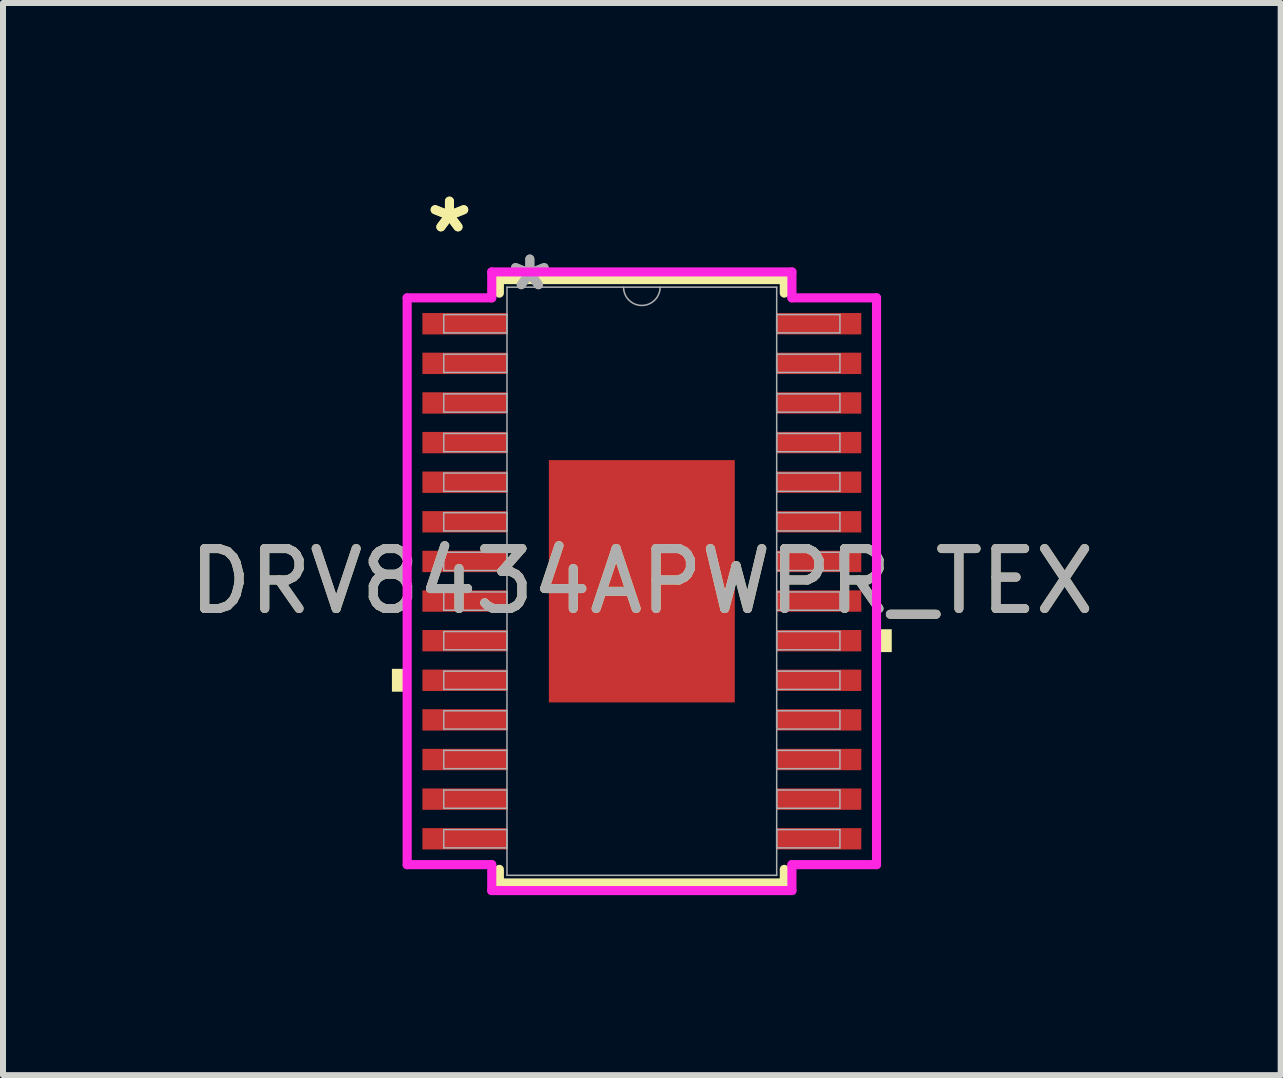
<source format=kicad_pcb>
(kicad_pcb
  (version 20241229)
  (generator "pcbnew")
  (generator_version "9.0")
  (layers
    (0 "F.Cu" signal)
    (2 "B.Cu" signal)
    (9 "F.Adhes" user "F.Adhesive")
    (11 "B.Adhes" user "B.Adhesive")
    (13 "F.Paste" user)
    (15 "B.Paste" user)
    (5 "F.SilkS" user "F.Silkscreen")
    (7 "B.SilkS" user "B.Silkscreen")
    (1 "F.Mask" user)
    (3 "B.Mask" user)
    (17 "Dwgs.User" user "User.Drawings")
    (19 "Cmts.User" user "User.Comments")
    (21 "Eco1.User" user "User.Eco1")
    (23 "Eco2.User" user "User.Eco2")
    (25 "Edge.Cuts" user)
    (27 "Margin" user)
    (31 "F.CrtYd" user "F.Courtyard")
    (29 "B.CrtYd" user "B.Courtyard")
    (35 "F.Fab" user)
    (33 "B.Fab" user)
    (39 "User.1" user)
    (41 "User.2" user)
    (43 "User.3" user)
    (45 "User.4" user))
  (footprint "DRV8434APWPR_TEX"
    (layer "F.Cu")
    (at 7.649 6.639)
    (property "Reference" "DRV8434APWPR_TEX" (at 0 0 0) (unlocked yes) (layer "F.SilkS") (effects (font (size 1 1) (thickness 0.15))))
    (attr smd)
    (fp_line (start -2.375 -5.029) (end -2.375 -4.803) (stroke (width 0.152) (type solid)) (layer "F.SilkS"))
    (fp_line (start -2.375 4.803) (end -2.375 5.029) (stroke (width 0.152) (type solid)) (layer "F.SilkS"))
    (fp_line (start -2.375 5.029) (end 2.375 5.029) (stroke (width 0.152) (type solid)) (layer "F.SilkS"))
    (fp_line (start 2.375 -5.029) (end -2.375 -5.029) (stroke (width 0.152) (type solid)) (layer "F.SilkS"))
    (fp_line (start 2.375 -4.803) (end 2.375 -5.029) (stroke (width 0.152) (type solid)) (layer "F.SilkS"))
    (fp_line (start 2.375 5.029) (end 2.375 4.803) (stroke (width 0.152) (type solid)) (layer "F.SilkS"))
    (fp_poly (pts (xy -4.166 1.46) (xy -4.166 1.841) (xy -3.912 1.841) (xy -3.912 1.46)) (stroke (width 0) (type solid)) (fill yes) (layer "F.SilkS"))
    (fp_poly (pts (xy 4.166 0.8) (xy 4.166 1.181) (xy 3.912 1.181) (xy 3.912 0.8)) (stroke (width 0) (type solid)) (fill yes) (layer "F.SilkS"))
    (fp_poly (pts (xy -1.449 -1.919) (xy -1.449 -0.773) (xy -0.1 -0.773) (xy -0.1 -1.919)) (stroke (width 0) (type solid)) (fill yes) (layer "F.Paste"))
    (fp_poly (pts (xy -1.449 -0.573) (xy -1.449 0.573) (xy -0.1 0.573) (xy -0.1 -0.573)) (stroke (width 0) (type solid)) (fill yes) (layer "F.Paste"))
    (fp_poly (pts (xy -1.449 0.773) (xy -1.449 1.919) (xy -0.1 1.919) (xy -0.1 0.773)) (stroke (width 0) (type solid)) (fill yes) (layer "F.Paste"))
    (fp_poly (pts (xy 0.1 -1.919) (xy 0.1 -0.773) (xy 1.449 -0.773) (xy 1.449 -1.919)) (stroke (width 0) (type solid)) (fill yes) (layer "F.Paste"))
    (fp_poly (pts (xy 0.1 -0.573) (xy 0.1 0.573) (xy 1.449 0.573) (xy 1.449 -0.573)) (stroke (width 0) (type solid)) (fill yes) (layer "F.Paste"))
    (fp_poly (pts (xy 0.1 0.773) (xy 0.1 1.919) (xy 1.449 1.919) (xy 1.449 0.773)) (stroke (width 0) (type solid)) (fill yes) (layer "F.Paste"))
    (fp_line (start -3.912 -4.724) (end -2.502 -4.724) (stroke (width 0.152) (type solid)) (layer "F.CrtYd"))
    (fp_line (start -3.912 4.724) (end -3.912 -4.724) (stroke (width 0.152) (type solid)) (layer "F.CrtYd"))
    (fp_line (start -3.912 4.724) (end -2.502 4.724) (stroke (width 0.152) (type solid)) (layer "F.CrtYd"))
    (fp_line (start -2.502 -5.156) (end 2.502 -5.156) (stroke (width 0.152) (type solid)) (layer "F.CrtYd"))
    (fp_line (start -2.502 -4.724) (end -2.502 -5.156) (stroke (width 0.152) (type solid)) (layer "F.CrtYd"))
    (fp_line (start -2.502 5.156) (end -2.502 4.724) (stroke (width 0.152) (type solid)) (layer "F.CrtYd"))
    (fp_line (start 2.502 -5.156) (end 2.502 -4.724) (stroke (width 0.152) (type solid)) (layer "F.CrtYd"))
    (fp_line (start 2.502 4.724) (end 2.502 5.156) (stroke (width 0.152) (type solid)) (layer "F.CrtYd"))
    (fp_line (start 2.502 5.156) (end -2.502 5.156) (stroke (width 0.152) (type solid)) (layer "F.CrtYd"))
    (fp_line (start 3.912 -4.724) (end 2.502 -4.724) (stroke (width 0.152) (type solid)) (layer "F.CrtYd"))
    (fp_line (start 3.912 -4.724) (end 3.912 4.724) (stroke (width 0.152) (type solid)) (layer "F.CrtYd"))
    (fp_line (start 3.912 4.724) (end 2.502 4.724) (stroke (width 0.152) (type solid)) (layer "F.CrtYd"))
    (fp_line (start -3.302 -4.445) (end -3.302 -4.14) (stroke (width 0.025) (type solid)) (layer "F.Fab"))
    (fp_line (start -3.302 -4.14) (end -2.248 -4.14) (stroke (width 0.025) (type solid)) (layer "F.Fab"))
    (fp_line (start -3.302 -3.785) (end -3.302 -3.48) (stroke (width 0.025) (type solid)) (layer "F.Fab"))
    (fp_line (start -3.302 -3.48) (end -2.248 -3.48) (stroke (width 0.025) (type solid)) (layer "F.Fab"))
    (fp_line (start -3.302 -3.124) (end -3.302 -2.819) (stroke (width 0.025) (type solid)) (layer "F.Fab"))
    (fp_line (start -3.302 -2.819) (end -2.248 -2.819) (stroke (width 0.025) (type solid)) (layer "F.Fab"))
    (fp_line (start -3.302 -2.464) (end -3.302 -2.159) (stroke (width 0.025) (type solid)) (layer "F.Fab"))
    (fp_line (start -3.302 -2.159) (end -2.248 -2.159) (stroke (width 0.025) (type solid)) (layer "F.Fab"))
    (fp_line (start -3.302 -1.803) (end -3.302 -1.499) (stroke (width 0.025) (type solid)) (layer "F.Fab"))
    (fp_line (start -3.302 -1.499) (end -2.248 -1.499) (stroke (width 0.025) (type solid)) (layer "F.Fab"))
    (fp_line (start -3.302 -1.143) (end -3.302 -0.838) (stroke (width 0.025) (type solid)) (layer "F.Fab"))
    (fp_line (start -3.302 -0.838) (end -2.248 -0.838) (stroke (width 0.025) (type solid)) (layer "F.Fab"))
    (fp_line (start -3.302 -0.483) (end -3.302 -0.178) (stroke (width 0.025) (type solid)) (layer "F.Fab"))
    (fp_line (start -3.302 -0.178) (end -2.248 -0.178) (stroke (width 0.025) (type solid)) (layer "F.Fab"))
    (fp_line (start -3.302 0.178) (end -3.302 0.483) (stroke (width 0.025) (type solid)) (layer "F.Fab"))
    (fp_line (start -3.302 0.483) (end -2.248 0.483) (stroke (width 0.025) (type solid)) (layer "F.Fab"))
    (fp_line (start -3.302 0.838) (end -3.302 1.143) (stroke (width 0.025) (type solid)) (layer "F.Fab"))
    (fp_line (start -3.302 1.143) (end -2.248 1.143) (stroke (width 0.025) (type solid)) (layer "F.Fab"))
    (fp_line (start -3.302 1.499) (end -3.302 1.803) (stroke (width 0.025) (type solid)) (layer "F.Fab"))
    (fp_line (start -3.302 1.803) (end -2.248 1.803) (stroke (width 0.025) (type solid)) (layer "F.Fab"))
    (fp_line (start -3.302 2.159) (end -3.302 2.464) (stroke (width 0.025) (type solid)) (layer "F.Fab"))
    (fp_line (start -3.302 2.464) (end -2.248 2.464) (stroke (width 0.025) (type solid)) (layer "F.Fab"))
    (fp_line (start -3.302 2.819) (end -3.302 3.124) (stroke (width 0.025) (type solid)) (layer "F.Fab"))
    (fp_line (start -3.302 3.124) (end -2.248 3.124) (stroke (width 0.025) (type solid)) (layer "F.Fab"))
    (fp_line (start -3.302 3.48) (end -3.302 3.785) (stroke (width 0.025) (type solid)) (layer "F.Fab"))
    (fp_line (start -3.302 3.785) (end -2.248 3.785) (stroke (width 0.025) (type solid)) (layer "F.Fab"))
    (fp_line (start -3.302 4.14) (end -3.302 4.445) (stroke (width 0.025) (type solid)) (layer "F.Fab"))
    (fp_line (start -3.302 4.445) (end -2.248 4.445) (stroke (width 0.025) (type solid)) (layer "F.Fab"))
    (fp_line (start -2.248 -4.902) (end -2.248 4.902) (stroke (width 0.025) (type solid)) (layer "F.Fab"))
    (fp_line (start -2.248 -4.445) (end -3.302 -4.445) (stroke (width 0.025) (type solid)) (layer "F.Fab"))
    (fp_line (start -2.248 -4.14) (end -2.248 -4.445) (stroke (width 0.025) (type solid)) (layer "F.Fab"))
    (fp_line (start -2.248 -3.785) (end -3.302 -3.785) (stroke (width 0.025) (type solid)) (layer "F.Fab"))
    (fp_line (start -2.248 -3.48) (end -2.248 -3.785) (stroke (width 0.025) (type solid)) (layer "F.Fab"))
    (fp_line (start -2.248 -3.124) (end -3.302 -3.124) (stroke (width 0.025) (type solid)) (layer "F.Fab"))
    (fp_line (start -2.248 -2.819) (end -2.248 -3.124) (stroke (width 0.025) (type solid)) (layer "F.Fab"))
    (fp_line (start -2.248 -2.464) (end -3.302 -2.464) (stroke (width 0.025) (type solid)) (layer "F.Fab"))
    (fp_line (start -2.248 -2.159) (end -2.248 -2.464) (stroke (width 0.025) (type solid)) (layer "F.Fab"))
    (fp_line (start -2.248 -1.803) (end -3.302 -1.803) (stroke (width 0.025) (type solid)) (layer "F.Fab"))
    (fp_line (start -2.248 -1.499) (end -2.248 -1.803) (stroke (width 0.025) (type solid)) (layer "F.Fab"))
    (fp_line (start -2.248 -1.143) (end -3.302 -1.143) (stroke (width 0.025) (type solid)) (layer "F.Fab"))
    (fp_line (start -2.248 -0.838) (end -2.248 -1.143) (stroke (width 0.025) (type solid)) (layer "F.Fab"))
    (fp_line (start -2.248 -0.483) (end -3.302 -0.483) (stroke (width 0.025) (type solid)) (layer "F.Fab"))
    (fp_line (start -2.248 -0.178) (end -2.248 -0.483) (stroke (width 0.025) (type solid)) (layer "F.Fab"))
    (fp_line (start -2.248 0.178) (end -3.302 0.178) (stroke (width 0.025) (type solid)) (layer "F.Fab"))
    (fp_line (start -2.248 0.483) (end -2.248 0.178) (stroke (width 0.025) (type solid)) (layer "F.Fab"))
    (fp_line (start -2.248 0.838) (end -3.302 0.838) (stroke (width 0.025) (type solid)) (layer "F.Fab"))
    (fp_line (start -2.248 1.143) (end -2.248 0.838) (stroke (width 0.025) (type solid)) (layer "F.Fab"))
    (fp_line (start -2.248 1.499) (end -3.302 1.499) (stroke (width 0.025) (type solid)) (layer "F.Fab"))
    (fp_line (start -2.248 1.803) (end -2.248 1.499) (stroke (width 0.025) (type solid)) (layer "F.Fab"))
    (fp_line (start -2.248 2.159) (end -3.302 2.159) (stroke (width 0.025) (type solid)) (layer "F.Fab"))
    (fp_line (start -2.248 2.464) (end -2.248 2.159) (stroke (width 0.025) (type solid)) (layer "F.Fab"))
    (fp_line (start -2.248 2.819) (end -3.302 2.819) (stroke (width 0.025) (type solid)) (layer "F.Fab"))
    (fp_line (start -2.248 3.124) (end -2.248 2.819) (stroke (width 0.025) (type solid)) (layer "F.Fab"))
    (fp_line (start -2.248 3.48) (end -3.302 3.48) (stroke (width 0.025) (type solid)) (layer "F.Fab"))
    (fp_line (start -2.248 3.785) (end -2.248 3.48) (stroke (width 0.025) (type solid)) (layer "F.Fab"))
    (fp_line (start -2.248 4.14) (end -3.302 4.14) (stroke (width 0.025) (type solid)) (layer "F.Fab"))
    (fp_line (start -2.248 4.445) (end -2.248 4.14) (stroke (width 0.025) (type solid)) (layer "F.Fab"))
    (fp_line (start -2.248 4.902) (end 2.248 4.902) (stroke (width 0.025) (type solid)) (layer "F.Fab"))
    (fp_line (start 2.248 -4.902) (end -2.248 -4.902) (stroke (width 0.025) (type solid)) (layer "F.Fab"))
    (fp_line (start 2.248 -4.445) (end 2.248 -4.14) (stroke (width 0.025) (type solid)) (layer "F.Fab"))
    (fp_line (start 2.248 -4.14) (end 3.302 -4.14) (stroke (width 0.025) (type solid)) (layer "F.Fab"))
    (fp_line (start 2.248 -3.785) (end 2.248 -3.48) (stroke (width 0.025) (type solid)) (layer "F.Fab"))
    (fp_line (start 2.248 -3.48) (end 3.302 -3.48) (stroke (width 0.025) (type solid)) (layer "F.Fab"))
    (fp_line (start 2.248 -3.124) (end 2.248 -2.819) (stroke (width 0.025) (type solid)) (layer "F.Fab"))
    (fp_line (start 2.248 -2.819) (end 3.302 -2.819) (stroke (width 0.025) (type solid)) (layer "F.Fab"))
    (fp_line (start 2.248 -2.464) (end 2.248 -2.159) (stroke (width 0.025) (type solid)) (layer "F.Fab"))
    (fp_line (start 2.248 -2.159) (end 3.302 -2.159) (stroke (width 0.025) (type solid)) (layer "F.Fab"))
    (fp_line (start 2.248 -1.803) (end 2.248 -1.499) (stroke (width 0.025) (type solid)) (layer "F.Fab"))
    (fp_line (start 2.248 -1.499) (end 3.302 -1.499) (stroke (width 0.025) (type solid)) (layer "F.Fab"))
    (fp_line (start 2.248 -1.143) (end 2.248 -0.838) (stroke (width 0.025) (type solid)) (layer "F.Fab"))
    (fp_line (start 2.248 -0.838) (end 3.302 -0.838) (stroke (width 0.025) (type solid)) (layer "F.Fab"))
    (fp_line (start 2.248 -0.483) (end 2.248 -0.178) (stroke (width 0.025) (type solid)) (layer "F.Fab"))
    (fp_line (start 2.248 -0.178) (end 3.302 -0.178) (stroke (width 0.025) (type solid)) (layer "F.Fab"))
    (fp_line (start 2.248 0.178) (end 2.248 0.483) (stroke (width 0.025) (type solid)) (layer "F.Fab"))
    (fp_line (start 2.248 0.483) (end 3.302 0.483) (stroke (width 0.025) (type solid)) (layer "F.Fab"))
    (fp_line (start 2.248 0.838) (end 2.248 1.143) (stroke (width 0.025) (type solid)) (layer "F.Fab"))
    (fp_line (start 2.248 1.143) (end 3.302 1.143) (stroke (width 0.025) (type solid)) (layer "F.Fab"))
    (fp_line (start 2.248 1.499) (end 2.248 1.803) (stroke (width 0.025) (type solid)) (layer "F.Fab"))
    (fp_line (start 2.248 1.803) (end 3.302 1.803) (stroke (width 0.025) (type solid)) (layer "F.Fab"))
    (fp_line (start 2.248 2.159) (end 2.248 2.464) (stroke (width 0.025) (type solid)) (layer "F.Fab"))
    (fp_line (start 2.248 2.464) (end 3.302 2.464) (stroke (width 0.025) (type solid)) (layer "F.Fab"))
    (fp_line (start 2.248 2.819) (end 2.248 3.124) (stroke (width 0.025) (type solid)) (layer "F.Fab"))
    (fp_line (start 2.248 3.124) (end 3.302 3.124) (stroke (width 0.025) (type solid)) (layer "F.Fab"))
    (fp_line (start 2.248 3.48) (end 2.248 3.785) (stroke (width 0.025) (type solid)) (layer "F.Fab"))
    (fp_line (start 2.248 3.785) (end 3.302 3.785) (stroke (width 0.025) (type solid)) (layer "F.Fab"))
    (fp_line (start 2.248 4.14) (end 2.248 4.445) (stroke (width 0.025) (type solid)) (layer "F.Fab"))
    (fp_line (start 2.248 4.445) (end 3.302 4.445) (stroke (width 0.025) (type solid)) (layer "F.Fab"))
    (fp_line (start 2.248 4.902) (end 2.248 -4.902) (stroke (width 0.025) (type solid)) (layer "F.Fab"))
    (fp_line (start 3.302 -4.445) (end 2.248 -4.445) (stroke (width 0.025) (type solid)) (layer "F.Fab"))
    (fp_line (start 3.302 -4.14) (end 3.302 -4.445) (stroke (width 0.025) (type solid)) (layer "F.Fab"))
    (fp_line (start 3.302 -3.785) (end 2.248 -3.785) (stroke (width 0.025) (type solid)) (layer "F.Fab"))
    (fp_line (start 3.302 -3.48) (end 3.302 -3.785) (stroke (width 0.025) (type solid)) (layer "F.Fab"))
    (fp_line (start 3.302 -3.124) (end 2.248 -3.124) (stroke (width 0.025) (type solid)) (layer "F.Fab"))
    (fp_line (start 3.302 -2.819) (end 3.302 -3.124) (stroke (width 0.025) (type solid)) (layer "F.Fab"))
    (fp_line (start 3.302 -2.464) (end 2.248 -2.464) (stroke (width 0.025) (type solid)) (layer "F.Fab"))
    (fp_line (start 3.302 -2.159) (end 3.302 -2.464) (stroke (width 0.025) (type solid)) (layer "F.Fab"))
    (fp_line (start 3.302 -1.803) (end 2.248 -1.803) (stroke (width 0.025) (type solid)) (layer "F.Fab"))
    (fp_line (start 3.302 -1.499) (end 3.302 -1.803) (stroke (width 0.025) (type solid)) (layer "F.Fab"))
    (fp_line (start 3.302 -1.143) (end 2.248 -1.143) (stroke (width 0.025) (type solid)) (layer "F.Fab"))
    (fp_line (start 3.302 -0.838) (end 3.302 -1.143) (stroke (width 0.025) (type solid)) (layer "F.Fab"))
    (fp_line (start 3.302 -0.483) (end 2.248 -0.483) (stroke (width 0.025) (type solid)) (layer "F.Fab"))
    (fp_line (start 3.302 -0.178) (end 3.302 -0.483) (stroke (width 0.025) (type solid)) (layer "F.Fab"))
    (fp_line (start 3.302 0.178) (end 2.248 0.178) (stroke (width 0.025) (type solid)) (layer "F.Fab"))
    (fp_line (start 3.302 0.483) (end 3.302 0.178) (stroke (width 0.025) (type solid)) (layer "F.Fab"))
    (fp_line (start 3.302 0.838) (end 2.248 0.838) (stroke (width 0.025) (type solid)) (layer "F.Fab"))
    (fp_line (start 3.302 1.143) (end 3.302 0.838) (stroke (width 0.025) (type solid)) (layer "F.Fab"))
    (fp_line (start 3.302 1.499) (end 2.248 1.499) (stroke (width 0.025) (type solid)) (layer "F.Fab"))
    (fp_line (start 3.302 1.803) (end 3.302 1.499) (stroke (width 0.025) (type solid)) (layer "F.Fab"))
    (fp_line (start 3.302 2.159) (end 2.248 2.159) (stroke (width 0.025) (type solid)) (layer "F.Fab"))
    (fp_line (start 3.302 2.464) (end 3.302 2.159) (stroke (width 0.025) (type solid)) (layer "F.Fab"))
    (fp_line (start 3.302 2.819) (end 2.248 2.819) (stroke (width 0.025) (type solid)) (layer "F.Fab"))
    (fp_line (start 3.302 3.124) (end 3.302 2.819) (stroke (width 0.025) (type solid)) (layer "F.Fab"))
    (fp_line (start 3.302 3.48) (end 2.248 3.48) (stroke (width 0.025) (type solid)) (layer "F.Fab"))
    (fp_line (start 3.302 3.785) (end 3.302 3.48) (stroke (width 0.025) (type solid)) (layer "F.Fab"))
    (fp_line (start 3.302 4.14) (end 2.248 4.14) (stroke (width 0.025) (type solid)) (layer "F.Fab"))
    (fp_line (start 3.302 4.445) (end 3.302 4.14) (stroke (width 0.025) (type solid)) (layer "F.Fab"))
    (fp_arc (start 0.3048 -4.9022) (mid 0 -4.5974) (end -0.3048 -4.9022) (stroke (width 0.0254) (type solid)) (layer "F.Fab"))
    (fp_text user "*" (at -3.207 -5.791 0) (unlocked yes) (layer "F.SilkS") (effects (font (size 1 1) (thickness 0.15))))
    (fp_text user "*" (at -3.207 -5.791 0) (layer "F.SilkS") (effects (font (size 1 1) (thickness 0.15))))
    (fp_text user "*" (at -1.867 -4.826 0) (layer "F.Fab") (effects (font (size 1 1) (thickness 0.15))))
    (fp_text user "${REFERENCE}" (at 0 0 0) (unlocked yes) (layer "F.Fab") (effects (font (size 1 1) (thickness 0.15))))
    (fp_text user "*" (at -1.867 -4.826 0) (unlocked yes) (layer "F.Fab") (effects (font (size 1 1) (thickness 0.15))))
    (pad "1" smd rect (at -2.953 -4.293) (size 1.41 0.356) (layers "F.Cu" "F.Mask" "F.Paste"))
    (pad "2" smd rect (at -2.953 -3.632) (size 1.41 0.356) (layers "F.Cu" "F.Mask" "F.Paste"))
    (pad "3" smd rect (at -2.953 -2.972) (size 1.41 0.356) (layers "F.Cu" "F.Mask" "F.Paste"))
    (pad "4" smd rect (at -2.953 -2.311) (size 1.41 0.356) (layers "F.Cu" "F.Mask" "F.Paste"))
    (pad "5" smd rect (at -2.953 -1.651) (size 1.41 0.356) (layers "F.Cu" "F.Mask" "F.Paste"))
    (pad "6" smd rect (at -2.953 -0.991) (size 1.41 0.356) (layers "F.Cu" "F.Mask" "F.Paste"))
    (pad "7" smd rect (at -2.953 -0.33) (size 1.41 0.356) (layers "F.Cu" "F.Mask" "F.Paste"))
    (pad "8" smd rect (at -2.953 0.33) (size 1.41 0.356) (layers "F.Cu" "F.Mask" "F.Paste"))
    (pad "9" smd rect (at -2.953 0.991) (size 1.41 0.356) (layers "F.Cu" "F.Mask" "F.Paste"))
    (pad "10" smd rect (at -2.953 1.651) (size 1.41 0.356) (layers "F.Cu" "F.Mask" "F.Paste"))
    (pad "11" smd rect (at -2.953 2.311) (size 1.41 0.356) (layers "F.Cu" "F.Mask" "F.Paste"))
    (pad "12" smd rect (at -2.953 2.972) (size 1.41 0.356) (layers "F.Cu" "F.Mask" "F.Paste"))
    (pad "13" smd rect (at -2.953 3.632) (size 1.41 0.356) (layers "F.Cu" "F.Mask" "F.Paste"))
    (pad "14" smd rect (at -2.953 4.293) (size 1.41 0.356) (layers "F.Cu" "F.Mask" "F.Paste"))
    (pad "15" smd rect (at 2.953 4.293) (size 1.41 0.356) (layers "F.Cu" "F.Mask" "F.Paste"))
    (pad "16" smd rect (at 2.953 3.632) (size 1.41 0.356) (layers "F.Cu" "F.Mask" "F.Paste"))
    (pad "17" smd rect (at 2.953 2.972) (size 1.41 0.356) (layers "F.Cu" "F.Mask" "F.Paste"))
    (pad "18" smd rect (at 2.953 2.311) (size 1.41 0.356) (layers "F.Cu" "F.Mask" "F.Paste"))
    (pad "19" smd rect (at 2.953 1.651) (size 1.41 0.356) (layers "F.Cu" "F.Mask" "F.Paste"))
    (pad "20" smd rect (at 2.953 0.991) (size 1.41 0.356) (layers "F.Cu" "F.Mask" "F.Paste"))
    (pad "21" smd rect (at 2.953 0.33) (size 1.41 0.356) (layers "F.Cu" "F.Mask" "F.Paste"))
    (pad "22" smd rect (at 2.953 -0.33) (size 1.41 0.356) (layers "F.Cu" "F.Mask" "F.Paste"))
    (pad "23" smd rect (at 2.953 -0.991) (size 1.41 0.356) (layers "F.Cu" "F.Mask" "F.Paste"))
    (pad "24" smd rect (at 2.953 -1.651) (size 1.41 0.356) (layers "F.Cu" "F.Mask" "F.Paste"))
    (pad "25" smd rect (at 2.953 -2.311) (size 1.41 0.356) (layers "F.Cu" "F.Mask" "F.Paste"))
    (pad "26" smd rect (at 2.953 -2.972) (size 1.41 0.356) (layers "F.Cu" "F.Mask" "F.Paste"))
    (pad "27" smd rect (at 2.953 -3.632) (size 1.41 0.356) (layers "F.Cu" "F.Mask" "F.Paste"))
    (pad "28" smd rect (at 2.953 -4.293) (size 1.41 0.356) (layers "F.Cu" "F.Mask" "F.Paste"))
    (pad "EPAD" smd rect (at 0 0) (size 3.099 4.039) (layers "F.Cu" "F.Mask")))
  (gr_rect
    (start -3 -3)
    (end 18.298 14.872)
    (stroke (width 0.1) (type default))
    (fill no)
    (layer "Edge.Cuts")))
</source>
